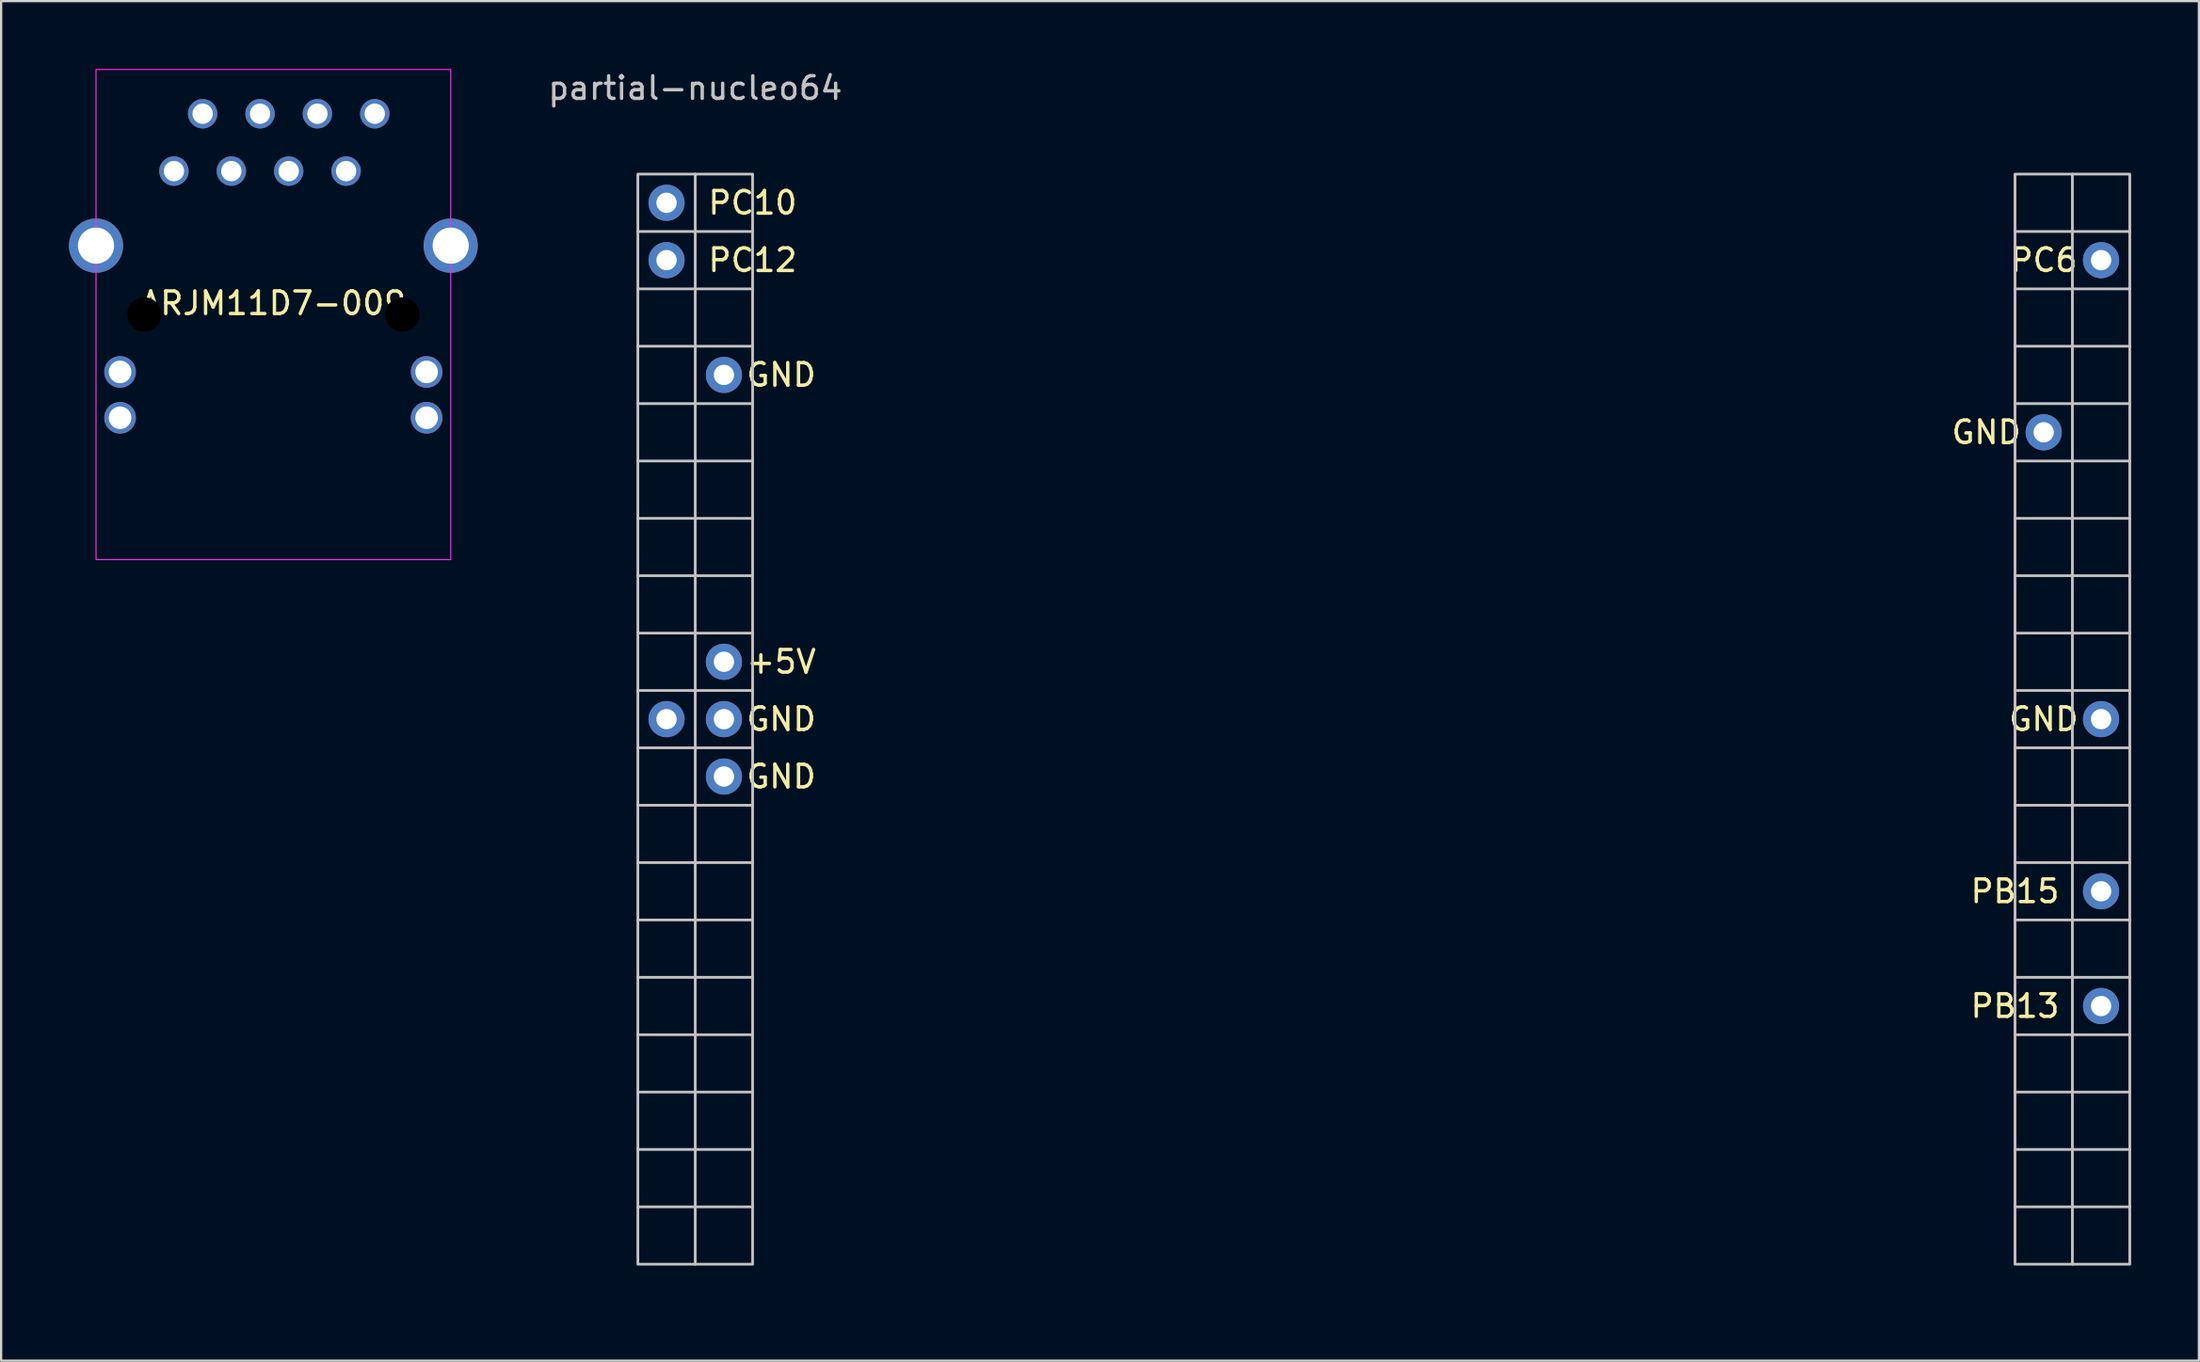
<source format=kicad_pcb>
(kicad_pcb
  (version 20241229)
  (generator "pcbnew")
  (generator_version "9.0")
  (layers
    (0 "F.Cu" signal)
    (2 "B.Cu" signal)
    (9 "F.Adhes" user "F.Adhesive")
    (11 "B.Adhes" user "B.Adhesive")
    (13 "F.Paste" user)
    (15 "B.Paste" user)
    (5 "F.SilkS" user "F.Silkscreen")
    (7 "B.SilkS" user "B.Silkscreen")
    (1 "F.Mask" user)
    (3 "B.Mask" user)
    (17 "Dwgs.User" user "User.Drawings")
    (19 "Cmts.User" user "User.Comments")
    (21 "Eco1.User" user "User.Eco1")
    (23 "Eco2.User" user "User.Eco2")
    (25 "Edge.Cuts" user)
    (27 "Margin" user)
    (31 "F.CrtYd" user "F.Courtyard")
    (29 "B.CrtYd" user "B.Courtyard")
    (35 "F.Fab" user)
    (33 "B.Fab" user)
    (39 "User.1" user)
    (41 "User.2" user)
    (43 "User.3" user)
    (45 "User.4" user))
  (footprint "ARJM11D7-009"
    (layer "F.Cu")
    (at 9.05 10.875)
    (property "Reference" "ARJM11D7-009" (at 0 -0.5 0) (unlocked yes) (layer "F.SilkS") (effects (font (size 1 1) (thickness 0.15))))
    (attr through_hole)
    (fp_rect (start 7.85 10.85) (end -7.85 -10.85) (stroke (width 0.05) (type solid)) (fill no) (layer "F.CrtYd"))
    (pad "" np_thru_hole circle (at -5.715 0) (size 1.524 1.524) (drill 3.25) (layers "*.Mask"))
    (pad "" np_thru_hole circle (at 5.715 0) (size 1.524 1.524) (drill 3.25) (layers "*.Mask"))
    (pad "1" thru_hole circle (at 4.49 -8.89) (size 1.3 1.3) (drill 0.9) (layers "*.Cu" "*.Mask"))
    (pad "2" thru_hole circle (at 3.22 -6.35) (size 1.3 1.3) (drill 0.9) (layers "*.Cu" "*.Mask"))
    (pad "3" thru_hole circle (at 1.95 -8.89) (size 1.3 1.3) (drill 0.9) (layers "*.Cu" "*.Mask"))
    (pad "4" thru_hole circle (at 0.68 -6.35) (size 1.3 1.3) (drill 0.9) (layers "*.Cu" "*.Mask"))
    (pad "5" thru_hole circle (at -0.59 -8.89) (size 1.3 1.3) (drill 0.9) (layers "*.Cu" "*.Mask"))
    (pad "6" thru_hole circle (at -1.86 -6.35) (size 1.3 1.3) (drill 0.9) (layers "*.Cu" "*.Mask"))
    (pad "7" thru_hole circle (at -3.13 -8.89) (size 1.3 1.3) (drill 0.9) (layers "*.Cu" "*.Mask"))
    (pad "8" thru_hole circle (at -4.4 -6.35) (size 1.3 1.3) (drill 0.9) (layers "*.Cu" "*.Mask"))
    (pad "9" thru_hole circle (at -6.785 4.57) (size 1.4 1.4) (drill 1) (layers "*.Cu" "*.Mask"))
    (pad "10" thru_hole circle (at -6.785 2.54) (size 1.4 1.4) (drill 1) (layers "*.Cu" "*.Mask"))
    (pad "11" thru_hole circle (at 6.785 4.57) (size 1.4 1.4) (drill 1) (layers "*.Cu" "*.Mask"))
    (pad "12" thru_hole circle (at 6.785 2.54) (size 1.4 1.4) (drill 1) (layers "*.Cu" "*.Mask"))
    (pad "SH" thru_hole circle (at -7.85 -3.05) (size 2.4 2.4) (drill 1.6) (layers "*.Cu" "*.Mask"))
    (pad "SH" thru_hole circle (at 7.85 -3.05) (size 2.4 2.4) (drill 1.6) (layers "*.Cu" "*.Mask")))
  (footprint "partial-nucleo64"
    (layer "F.Cu")
    (at 58.205 52.918)
    (property "Reference" "partial-nucleo64" (at -30.48 -52.07 0) (unlocked yes) (layer "Dwgs.User") (effects (font (size 1 1) (thickness 0.15))))
    (attr through_hole)
    (fp_line (start -33.02 -45.72) (end -27.94 -45.72) (stroke (width 0.12) (type solid)) (layer "Dwgs.User"))
    (fp_line (start -33.02 -43.18) (end -27.94 -43.18) (stroke (width 0.12) (type solid)) (layer "Dwgs.User"))
    (fp_line (start -33.02 -40.64) (end -27.94 -40.64) (stroke (width 0.12) (type solid)) (layer "Dwgs.User"))
    (fp_line (start -33.02 -38.1) (end -27.94 -38.1) (stroke (width 0.12) (type solid)) (layer "Dwgs.User"))
    (fp_line (start -33.02 -35.56) (end -27.94 -35.56) (stroke (width 0.12) (type solid)) (layer "Dwgs.User"))
    (fp_line (start -33.02 -33.02) (end -27.94 -33.02) (stroke (width 0.12) (type solid)) (layer "Dwgs.User"))
    (fp_line (start -33.02 -30.48) (end -27.94 -30.48) (stroke (width 0.12) (type solid)) (layer "Dwgs.User"))
    (fp_line (start -33.02 -27.94) (end -27.94 -27.94) (stroke (width 0.12) (type solid)) (layer "Dwgs.User"))
    (fp_line (start -33.02 -25.4) (end -27.94 -25.4) (stroke (width 0.12) (type solid)) (layer "Dwgs.User"))
    (fp_line (start -33.02 -22.86) (end -27.94 -22.86) (stroke (width 0.12) (type solid)) (layer "Dwgs.User"))
    (fp_line (start -33.02 -20.32) (end -27.94 -20.32) (stroke (width 0.12) (type solid)) (layer "Dwgs.User"))
    (fp_line (start -33.02 -17.78) (end -27.94 -17.78) (stroke (width 0.12) (type solid)) (layer "Dwgs.User"))
    (fp_line (start -33.02 -15.24) (end -27.94 -15.24) (stroke (width 0.12) (type solid)) (layer "Dwgs.User"))
    (fp_line (start -33.02 -12.7) (end -27.94 -12.7) (stroke (width 0.12) (type solid)) (layer "Dwgs.User"))
    (fp_line (start -33.02 -10.16) (end -27.94 -10.16) (stroke (width 0.12) (type solid)) (layer "Dwgs.User"))
    (fp_line (start -33.02 -7.62) (end -27.94 -7.62) (stroke (width 0.12) (type solid)) (layer "Dwgs.User"))
    (fp_line (start -33.02 -5.08) (end -27.94 -5.08) (stroke (width 0.12) (type solid)) (layer "Dwgs.User"))
    (fp_line (start -33.02 -2.54) (end -27.94 -2.54) (stroke (width 0.12) (type solid)) (layer "Dwgs.User"))
    (fp_line (start -30.48 0) (end -30.48 -48.26) (stroke (width 0.12) (type solid)) (layer "Dwgs.User"))
    (fp_line (start 27.94 -45.72) (end 33.02 -45.72) (stroke (width 0.12) (type solid)) (layer "Dwgs.User"))
    (fp_line (start 27.94 -43.18) (end 33.02 -43.18) (stroke (width 0.12) (type solid)) (layer "Dwgs.User"))
    (fp_line (start 27.94 -40.64) (end 33.02 -40.64) (stroke (width 0.12) (type solid)) (layer "Dwgs.User"))
    (fp_line (start 27.94 -38.1) (end 33.02 -38.1) (stroke (width 0.12) (type solid)) (layer "Dwgs.User"))
    (fp_line (start 27.94 -35.56) (end 33.02 -35.56) (stroke (width 0.12) (type solid)) (layer "Dwgs.User"))
    (fp_line (start 27.94 -33.02) (end 33.02 -33.02) (stroke (width 0.12) (type solid)) (layer "Dwgs.User"))
    (fp_line (start 27.94 -30.48) (end 33.02 -30.48) (stroke (width 0.12) (type solid)) (layer "Dwgs.User"))
    (fp_line (start 27.94 -27.94) (end 33.02 -27.94) (stroke (width 0.12) (type solid)) (layer "Dwgs.User"))
    (fp_line (start 27.94 -25.4) (end 33.02 -25.4) (stroke (width 0.12) (type solid)) (layer "Dwgs.User"))
    (fp_line (start 27.94 -22.86) (end 33.02 -22.86) (stroke (width 0.12) (type solid)) (layer "Dwgs.User"))
    (fp_line (start 27.94 -20.32) (end 33.02 -20.32) (stroke (width 0.12) (type solid)) (layer "Dwgs.User"))
    (fp_line (start 27.94 -17.78) (end 33.02 -17.78) (stroke (width 0.12) (type solid)) (layer "Dwgs.User"))
    (fp_line (start 27.94 -15.24) (end 33.02 -15.24) (stroke (width 0.12) (type solid)) (layer "Dwgs.User"))
    (fp_line (start 27.94 -12.7) (end 33.02 -12.7) (stroke (width 0.12) (type solid)) (layer "Dwgs.User"))
    (fp_line (start 27.94 -10.16) (end 33.02 -10.16) (stroke (width 0.12) (type solid)) (layer "Dwgs.User"))
    (fp_line (start 27.94 -7.62) (end 33.02 -7.62) (stroke (width 0.12) (type solid)) (layer "Dwgs.User"))
    (fp_line (start 27.94 -5.08) (end 33.02 -5.08) (stroke (width 0.12) (type solid)) (layer "Dwgs.User"))
    (fp_line (start 27.94 -2.54) (end 33.02 -2.54) (stroke (width 0.12) (type solid)) (layer "Dwgs.User"))
    (fp_line (start 30.48 0) (end 30.48 -48.26) (stroke (width 0.12) (type solid)) (layer "Dwgs.User"))
    (fp_rect (start -27.94 -48.26) (end -33.02 0) (stroke (width 0.12) (type solid)) (fill no) (layer "Dwgs.User"))
    (fp_rect (start 33.02 -48.26) (end 27.94 0) (stroke (width 0.12) (type solid)) (fill no) (layer "Dwgs.User"))
    (fp_text user "PB13" (at 27.94 -11.43 0) (unlocked yes) (layer "F.SilkS") (effects (font (size 1 1) (thickness 0.15))))
    (fp_text user "GND" (at -26.67 -39.37 0) (unlocked yes) (layer "F.SilkS") (effects (font (size 1 1) (thickness 0.15))))
    (fp_text user "PC10" (at -27.94 -46.99 0) (unlocked yes) (layer "F.SilkS") (effects (font (size 1 1) (thickness 0.15))))
    (fp_text user "PC12" (at -27.94 -44.45 0) (unlocked yes) (layer "F.SilkS") (effects (font (size 1 1) (thickness 0.15))))
    (fp_text user "PB15" (at 27.94 -16.51 0) (unlocked yes) (layer "F.SilkS") (effects (font (size 1 1) (thickness 0.15))))
    (fp_text user "GND" (at -26.67 -24.13 0) (unlocked yes) (layer "F.SilkS") (effects (font (size 1 1) (thickness 0.15))))
    (fp_text user "GND" (at 29.21 -24.13 0) (unlocked yes) (layer "F.SilkS") (effects (font (size 1 1) (thickness 0.15))))
    (fp_text user "GND" (at -26.67 -21.59 0) (unlocked yes) (layer "F.SilkS") (effects (font (size 1 1) (thickness 0.15))))
    (fp_text user "GND" (at 26.67 -36.83 0) (unlocked yes) (layer "F.SilkS") (effects (font (size 1 1) (thickness 0.15))))
    (fp_text user "PC6" (at 29.21 -44.45 0) (unlocked yes) (layer "F.SilkS") (effects (font (size 1 1) (thickness 0.15))))
    (fp_text user "+5V" (at -26.67 -26.67 0) (unlocked yes) (layer "F.SilkS") (effects (font (size 1 1) (thickness 0.15))))
    (pad "+5V" thru_hole circle (at -29.21 -26.67 90) (size 1.6 1.6) (drill 0.9) (layers "*.Cu" "*.Mask"))
    (pad "GND" thru_hole circle (at -31.75 -24.13 90) (size 1.6 1.6) (drill 0.9) (layers "*.Cu" "*.Mask"))
    (pad "GND" thru_hole circle (at -29.21 -39.37 90) (size 1.6 1.6) (drill 0.9) (layers "*.Cu" "*.Mask"))
    (pad "GND" thru_hole circle (at -29.21 -24.13 90) (size 1.6 1.6) (drill 0.9) (layers "*.Cu" "*.Mask"))
    (pad "GND" thru_hole circle (at -29.21 -21.59 90) (size 1.6 1.6) (drill 0.9) (layers "*.Cu" "*.Mask"))
    (pad "GND" thru_hole circle (at 29.21 -36.83 90) (size 1.6 1.6) (drill 0.9) (layers "*.Cu" "*.Mask"))
    (pad "GND" thru_hole circle (at 31.75 -24.13 90) (size 1.6 1.6) (drill 0.9) (layers "*.Cu" "*.Mask"))
    (pad "PB13" thru_hole circle (at 31.75 -11.43 90) (size 1.6 1.6) (drill 0.9) (layers "*.Cu" "*.Mask"))
    (pad "PB15" thru_hole circle (at 31.75 -16.51 90) (size 1.6 1.6) (drill 0.9) (layers "*.Cu" "*.Mask"))
    (pad "PC6" thru_hole circle (at 31.75 -44.45 90) (size 1.6 1.6) (drill 0.9) (layers "*.Cu" "*.Mask"))
    (pad "PC10" thru_hole circle (at -31.75 -46.99 90) (size 1.6 1.6) (drill 0.9) (layers "*.Cu" "*.Mask"))
    (pad "PC12" thru_hole circle (at -31.75 -44.45 90) (size 1.6 1.6) (drill 0.9) (layers "*.Cu" "*.Mask"))
    (zone (net_name "") (layers "B.Cu" "B.CrtYd") (hatch edge 0.508) (connect_pads) (min_thickness 0.254) (filled_areas_thickness no) (keepout (tracks allowed) (vias allowed) (pads allowed) (copperpour allowed) (footprints not_allowed)) (placement (enabled no)) (fill) (polygon (pts (xy 91.225 54.188) (xy 25.185 54.188) (xy 25.185 0.848) (xy 91.225 0.848)))))
  (gr_rect
    (start -3 -3)
    (end 94.285 57.188)
    (stroke (width 0.1) (type default))
    (fill no)
    (layer "Edge.Cuts")))
</source>
